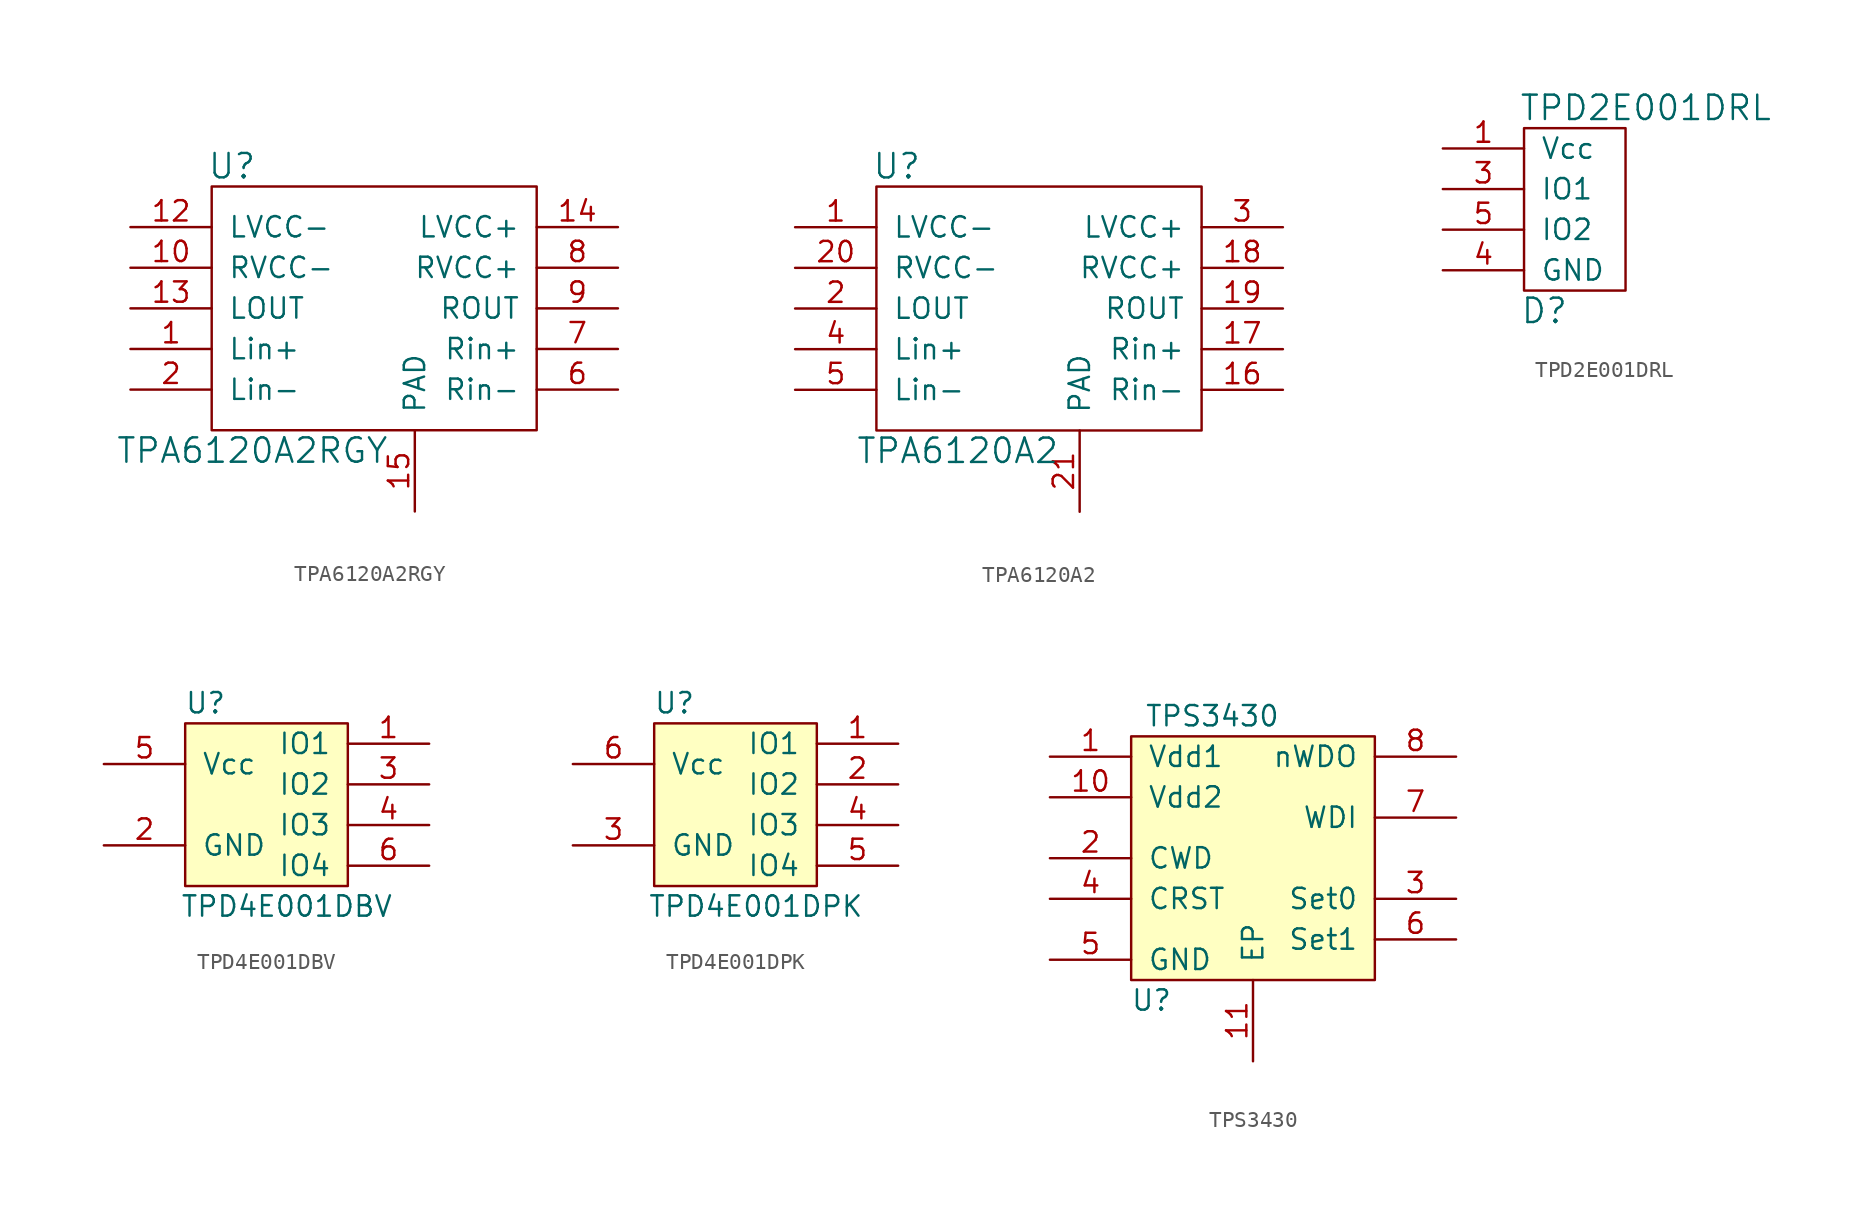
<source format=kicad_sym>
(kicad_symbol_lib
  (version 20211014)
  (generator kicad_symbol_editor)
  (symbol "TPA6120A2RGY"
    (pin_names
      (offset 1.016))
    (property "Reference" "U"
      (at -8.89 11.43 0)
      (effects (font (size 1.524 1.524))))
    (property "Value" "TPA6120A2RGY"
      (at -7.62 -6.35 0)
      (effects (font (size 1.524 1.524))))
    (symbol "TPA6120A2RGY_0_1"
      (rectangle (start 10.16 10.16) (end -10.16 -5.08) (stroke (width 0) (type default) (color 0 0 0 0)) (fill (type none))))
    (symbol "TPA6120A2RGY_1_1"
      (pin input line (at -15.24 0 0) (length 5.08) (name "Lin+" (effects (font (size 1.27 1.27)))) (number "1" (effects (font (size 1.27 1.27)))))
      (pin power_in line (at -15.24 5.08 0) (length 5.08) (name "RVCC-" (effects (font (size 1.27 1.27)))) (number "10" (effects (font (size 1.27 1.27)))))
      (pin no_connect non_logic (at -2.54 15.24 270) (length 5.08) hide (name "NC" (effects (font (size 1.27 1.27)))) (number "11" (effects (font (size 1.27 1.27)))))
      (pin power_in line (at -15.24 7.62 0) (length 5.08) (name "LVCC-" (effects (font (size 1.27 1.27)))) (number "12" (effects (font (size 1.27 1.27)))))
      (pin output line (at -15.24 2.54 0) (length 5.08) (name "LOUT" (effects (font (size 1.27 1.27)))) (number "13" (effects (font (size 1.27 1.27)))))
      (pin power_in line (at 15.24 7.62 180) (length 5.08) (name "LVCC+" (effects (font (size 1.27 1.27)))) (number "14" (effects (font (size 1.27 1.27)))))
      (pin power_in line (at 2.54 -10.16 90) (length 5.08) (name "PAD" (effects (font (size 1.27 1.27)))) (number "15" (effects (font (size 1.27 1.27)))))
      (pin input line (at -15.24 -2.54 0) (length 5.08) (name "Lin-" (effects (font (size 1.27 1.27)))) (number "2" (effects (font (size 1.27 1.27)))))
      (pin no_connect non_logic (at 1.27 15.24 270) (length 5.08) hide (name "NC" (effects (font (size 1.27 1.27)))) (number "3" (effects (font (size 1.27 1.27)))))
      (pin no_connect non_logic (at 0 15.24 270) (length 5.08) hide (name "NC" (effects (font (size 1.27 1.27)))) (number "4" (effects (font (size 1.27 1.27)))))
      (pin no_connect non_logic (at -1.27 15.24 270) (length 5.08) hide (name "NC" (effects (font (size 1.27 1.27)))) (number "5" (effects (font (size 1.27 1.27)))))
      (pin input line (at 15.24 -2.54 180) (length 5.08) (name "Rin-" (effects (font (size 1.27 1.27)))) (number "6" (effects (font (size 1.27 1.27)))))
      (pin input line (at 15.24 0 180) (length 5.08) (name "Rin+" (effects (font (size 1.27 1.27)))) (number "7" (effects (font (size 1.27 1.27)))))
      (pin power_in line (at 15.24 5.08 180) (length 5.08) (name "RVCC+" (effects (font (size 1.27 1.27)))) (number "8" (effects (font (size 1.27 1.27)))))
      (pin output line (at 15.24 2.54 180) (length 5.08) (name "ROUT" (effects (font (size 1.27 1.27)))) (number "9" (effects (font (size 1.27 1.27)))))))
  (symbol "TPA6120A2"
    (pin_names
      (offset 1.016))
    (property "Reference" "U"
      (at -8.89 11.43 0)
      (effects (font (size 1.524 1.524))))
    (property "Value" "TPA6120A2"
      (at -5.08 -6.35 0)
      (effects (font (size 1.524 1.524))))
    (symbol "TPA6120A2_0_1"
      (rectangle (start 10.16 10.16) (end -10.16 -5.08) (stroke (width 0) (type default) (color 0 0 0 0)) (fill (type none))))
    (symbol "TPA6120A2_1_1"
      (pin power_in line (at -15.24 7.62 0) (length 5.08) (name "LVCC-" (effects (font (size 1.27 1.27)))) (number "1" (effects (font (size 1.27 1.27)))))
      (pin no_connect non_logic (at 2.54 15.24 270) (length 5.08) hide (name "NC" (effects (font (size 1.27 1.27)))) (number "10" (effects (font (size 1.27 1.27)))))
      (pin no_connect non_logic (at 3.81 15.24 270) (length 5.08) hide (name "NC" (effects (font (size 1.27 1.27)))) (number "11" (effects (font (size 1.27 1.27)))))
      (pin no_connect non_logic (at 5.08 15.24 270) (length 5.08) hide (name "NC" (effects (font (size 1.27 1.27)))) (number "12" (effects (font (size 1.27 1.27)))))
      (pin no_connect non_logic (at 6.35 15.24 270) (length 5.08) hide (name "NC" (effects (font (size 1.27 1.27)))) (number "13" (effects (font (size 1.27 1.27)))))
      (pin no_connect non_logic (at 7.62 15.24 270) (length 5.08) hide (name "NC" (effects (font (size 1.27 1.27)))) (number "14" (effects (font (size 1.27 1.27)))))
      (pin no_connect non_logic (at 8.89 15.24 270) (length 5.08) hide (name "NC" (effects (font (size 1.27 1.27)))) (number "15" (effects (font (size 1.27 1.27)))))
      (pin input line (at 15.24 -2.54 180) (length 5.08) (name "Rin-" (effects (font (size 1.27 1.27)))) (number "16" (effects (font (size 1.27 1.27)))))
      (pin input line (at 15.24 0 180) (length 5.08) (name "Rin+" (effects (font (size 1.27 1.27)))) (number "17" (effects (font (size 1.27 1.27)))))
      (pin power_in line (at 15.24 5.08 180) (length 5.08) (name "RVCC+" (effects (font (size 1.27 1.27)))) (number "18" (effects (font (size 1.27 1.27)))))
      (pin output line (at 15.24 2.54 180) (length 5.08) (name "ROUT" (effects (font (size 1.27 1.27)))) (number "19" (effects (font (size 1.27 1.27)))))
      (pin output line (at -15.24 2.54 0) (length 5.08) (name "LOUT" (effects (font (size 1.27 1.27)))) (number "2" (effects (font (size 1.27 1.27)))))
      (pin power_in line (at -15.24 5.08 0) (length 5.08) (name "RVCC-" (effects (font (size 1.27 1.27)))) (number "20" (effects (font (size 1.27 1.27)))))
      (pin power_in line (at 2.54 -10.16 90) (length 5.08) (name "PAD" (effects (font (size 1.27 1.27)))) (number "21" (effects (font (size 1.27 1.27)))))
      (pin power_in line (at 15.24 7.62 180) (length 5.08) (name "LVCC+" (effects (font (size 1.27 1.27)))) (number "3" (effects (font (size 1.27 1.27)))))
      (pin input line (at -15.24 0 0) (length 5.08) (name "Lin+" (effects (font (size 1.27 1.27)))) (number "4" (effects (font (size 1.27 1.27)))))
      (pin input line (at -15.24 -2.54 0) (length 5.08) (name "Lin-" (effects (font (size 1.27 1.27)))) (number "5" (effects (font (size 1.27 1.27)))))
      (pin no_connect non_logic (at -2.54 15.24 270) (length 5.08) hide (name "NC" (effects (font (size 1.27 1.27)))) (number "6" (effects (font (size 1.27 1.27)))))
      (pin no_connect non_logic (at -1.27 15.24 270) (length 5.08) hide (name "NC" (effects (font (size 1.27 1.27)))) (number "7" (effects (font (size 1.27 1.27)))))
      (pin no_connect non_logic (at 0 15.24 270) (length 5.08) hide (name "NC" (effects (font (size 1.27 1.27)))) (number "8" (effects (font (size 1.27 1.27)))))
      (pin no_connect non_logic (at 1.27 15.24 270) (length 5.08) hide (name "NC" (effects (font (size 1.27 1.27)))) (number "9" (effects (font (size 1.27 1.27)))))))
  (symbol "TPD2E001DRL"
    (pin_names
      (offset 1.016))
    (property "Reference" "D"
      (at -1.27 -3.81 0)
      (effects (font (size 1.524 1.524))))
    (property "Value" "TPD2E001DRL"
      (at 5.08 8.89 0)
      (effects (font (size 1.524 1.524))))
    (symbol "TPD2E001DRL_0_1"
      (rectangle (start -2.54 7.62) (end 3.81 -2.54) (stroke (width 0) (type default) (color 0 0 0 0)) (fill (type none))))
    (symbol "TPD2E001DRL_1_1"
      (pin bidirectional line (at -7.62 6.35 0) (length 5.08) (name "Vcc" (effects (font (size 1.27 1.27)))) (number "1" (effects (font (size 1.27 1.27)))))
      (pin no_connect line (at -7.62 2.54 0) (length 5.08) hide (name "nc" (effects (font (size 1.27 1.27)))) (number "2" (effects (font (size 1.27 1.27)))))
      (pin bidirectional line (at -7.62 3.81 0) (length 5.08) (name "IO1" (effects (font (size 1.27 1.27)))) (number "3" (effects (font (size 1.27 1.27)))))
      (pin bidirectional line (at -7.62 -1.27 0) (length 5.08) (name "GND" (effects (font (size 1.27 1.27)))) (number "4" (effects (font (size 1.27 1.27)))))
      (pin bidirectional line (at -7.62 1.27 0) (length 5.08) (name "IO2" (effects (font (size 1.27 1.27)))) (number "5" (effects (font (size 1.27 1.27)))))))
  (symbol "TPD4E001DBV"
    (pin_names
      (offset 1.016))
    (property "Reference" "U"
      (at -3.81 6.35 0)
      (effects (font (size 1.27 1.27))))
    (property "Value" "TPD4E001DBV"
      (at 1.27 -6.35 0)
      (effects (font (size 1.27 1.27))))
    (symbol "TPD4E001DBV_0_1"
      (rectangle (start -5.08 5.08) (end 5.08 -5.08) (stroke (width 0) (type default) (color 0 0 0 0)) (fill (type background))))
    (symbol "TPD4E001DBV_1_1"
      (pin bidirectional line (at 10.16 3.81 180) (length 5.08) (name "IO1" (effects (font (size 1.27 1.27)))) (number "1" (effects (font (size 1.27 1.27)))))
      (pin power_in line (at -10.16 -2.54 0) (length 5.08) (name "GND" (effects (font (size 1.27 1.27)))) (number "2" (effects (font (size 1.27 1.27)))))
      (pin bidirectional line (at 10.16 1.27 180) (length 5.08) (name "IO2" (effects (font (size 1.27 1.27)))) (number "3" (effects (font (size 1.27 1.27)))))
      (pin bidirectional line (at 10.16 -1.27 180) (length 5.08) (name "IO3" (effects (font (size 1.27 1.27)))) (number "4" (effects (font (size 1.27 1.27)))))
      (pin power_in line (at -10.16 2.54 0) (length 5.08) (name "Vcc" (effects (font (size 1.27 1.27)))) (number "5" (effects (font (size 1.27 1.27)))))
      (pin bidirectional line (at 10.16 -3.81 180) (length 5.08) (name "IO4" (effects (font (size 1.27 1.27)))) (number "6" (effects (font (size 1.27 1.27)))))))
  (symbol "TPD4E001DPK"
    (pin_names
      (offset 1.016))
    (property "Reference" "U"
      (at -3.81 6.35 0)
      (effects (font (size 1.27 1.27))))
    (property "Value" "TPD4E001DPK"
      (at 1.27 -6.35 0)
      (effects (font (size 1.27 1.27))))
    (symbol "TPD4E001DPK_0_1"
      (rectangle (start -5.08 5.08) (end 5.08 -5.08) (stroke (width 0) (type default) (color 0 0 0 0)) (fill (type background))))
    (symbol "TPD4E001DPK_1_1"
      (pin bidirectional line (at 10.16 3.81 180) (length 5.08) (name "IO1" (effects (font (size 1.27 1.27)))) (number "1" (effects (font (size 1.27 1.27)))))
      (pin bidirectional line (at 10.16 1.27 180) (length 5.08) (name "IO2" (effects (font (size 1.27 1.27)))) (number "2" (effects (font (size 1.27 1.27)))))
      (pin power_in line (at -10.16 -2.54 0) (length 5.08) (name "GND" (effects (font (size 1.27 1.27)))) (number "3" (effects (font (size 1.27 1.27)))))
      (pin bidirectional line (at 10.16 -1.27 180) (length 5.08) (name "IO3" (effects (font (size 1.27 1.27)))) (number "4" (effects (font (size 1.27 1.27)))))
      (pin bidirectional line (at 10.16 -3.81 180) (length 5.08) (name "IO4" (effects (font (size 1.27 1.27)))) (number "5" (effects (font (size 1.27 1.27)))))
      (pin power_in line (at -10.16 2.54 0) (length 5.08) (name "Vcc" (effects (font (size 1.27 1.27)))) (number "6" (effects (font (size 1.27 1.27)))))))
  (symbol "TPS3430"
    (pin_names
      (offset 1.016))
    (property "Reference" "U"
      (at -6.35 -8.89 0)
      (effects (font (size 1.27 1.27))))
    (property "Value" "TPS3430"
      (at -2.54 8.89 0)
      (effects (font (size 1.27 1.27))))
    (symbol "TPS3430_0_1"
      (rectangle (start -7.62 7.62) (end 7.62 -7.62) (stroke (width 0) (type default) (color 0 0 0 0)) (fill (type background))))
    (symbol "TPS3430_1_1"
      (pin power_in line (at -12.7 6.35 0) (length 5.08) (name "Vdd1" (effects (font (size 1.27 1.27)))) (number "1" (effects (font (size 1.27 1.27)))))
      (pin power_in line (at -12.7 3.81 0) (length 5.08) (name "Vdd2" (effects (font (size 1.27 1.27)))) (number "10" (effects (font (size 1.27 1.27)))))
      (pin power_in line (at 0 -12.7 90) (length 5.08) (name "EP" (effects (font (size 1.27 1.27)))) (number "11" (effects (font (size 1.27 1.27)))))
      (pin input line (at -12.7 0 0) (length 5.08) (name "CWD" (effects (font (size 1.27 1.27)))) (number "2" (effects (font (size 1.27 1.27)))))
      (pin input line (at 12.7 -2.54 180) (length 5.08) (name "Set0" (effects (font (size 1.27 1.27)))) (number "3" (effects (font (size 1.27 1.27)))))
      (pin input line (at -12.7 -2.54 0) (length 5.08) (name "CRST" (effects (font (size 1.27 1.27)))) (number "4" (effects (font (size 1.27 1.27)))))
      (pin power_in line (at -12.7 -6.35 0) (length 5.08) (name "GND" (effects (font (size 1.27 1.27)))) (number "5" (effects (font (size 1.27 1.27)))))
      (pin input line (at 12.7 -5.08 180) (length 5.08) (name "Set1" (effects (font (size 1.27 1.27)))) (number "6" (effects (font (size 1.27 1.27)))))
      (pin input line (at 12.7 2.54 180) (length 5.08) (name "WDI" (effects (font (size 1.27 1.27)))) (number "7" (effects (font (size 1.27 1.27)))))
      (pin open_collector line (at 12.7 6.35 180) (length 5.08) (name "nWDO" (effects (font (size 1.27 1.27)))) (number "8" (effects (font (size 1.27 1.27)))))
      (pin no_connect line (at 12.7 0 180) (length 5.08) hide (name "NC" (effects (font (size 1.27 1.27)))) (number "9" (effects (font (size 1.27 1.27))))))))
</source>
